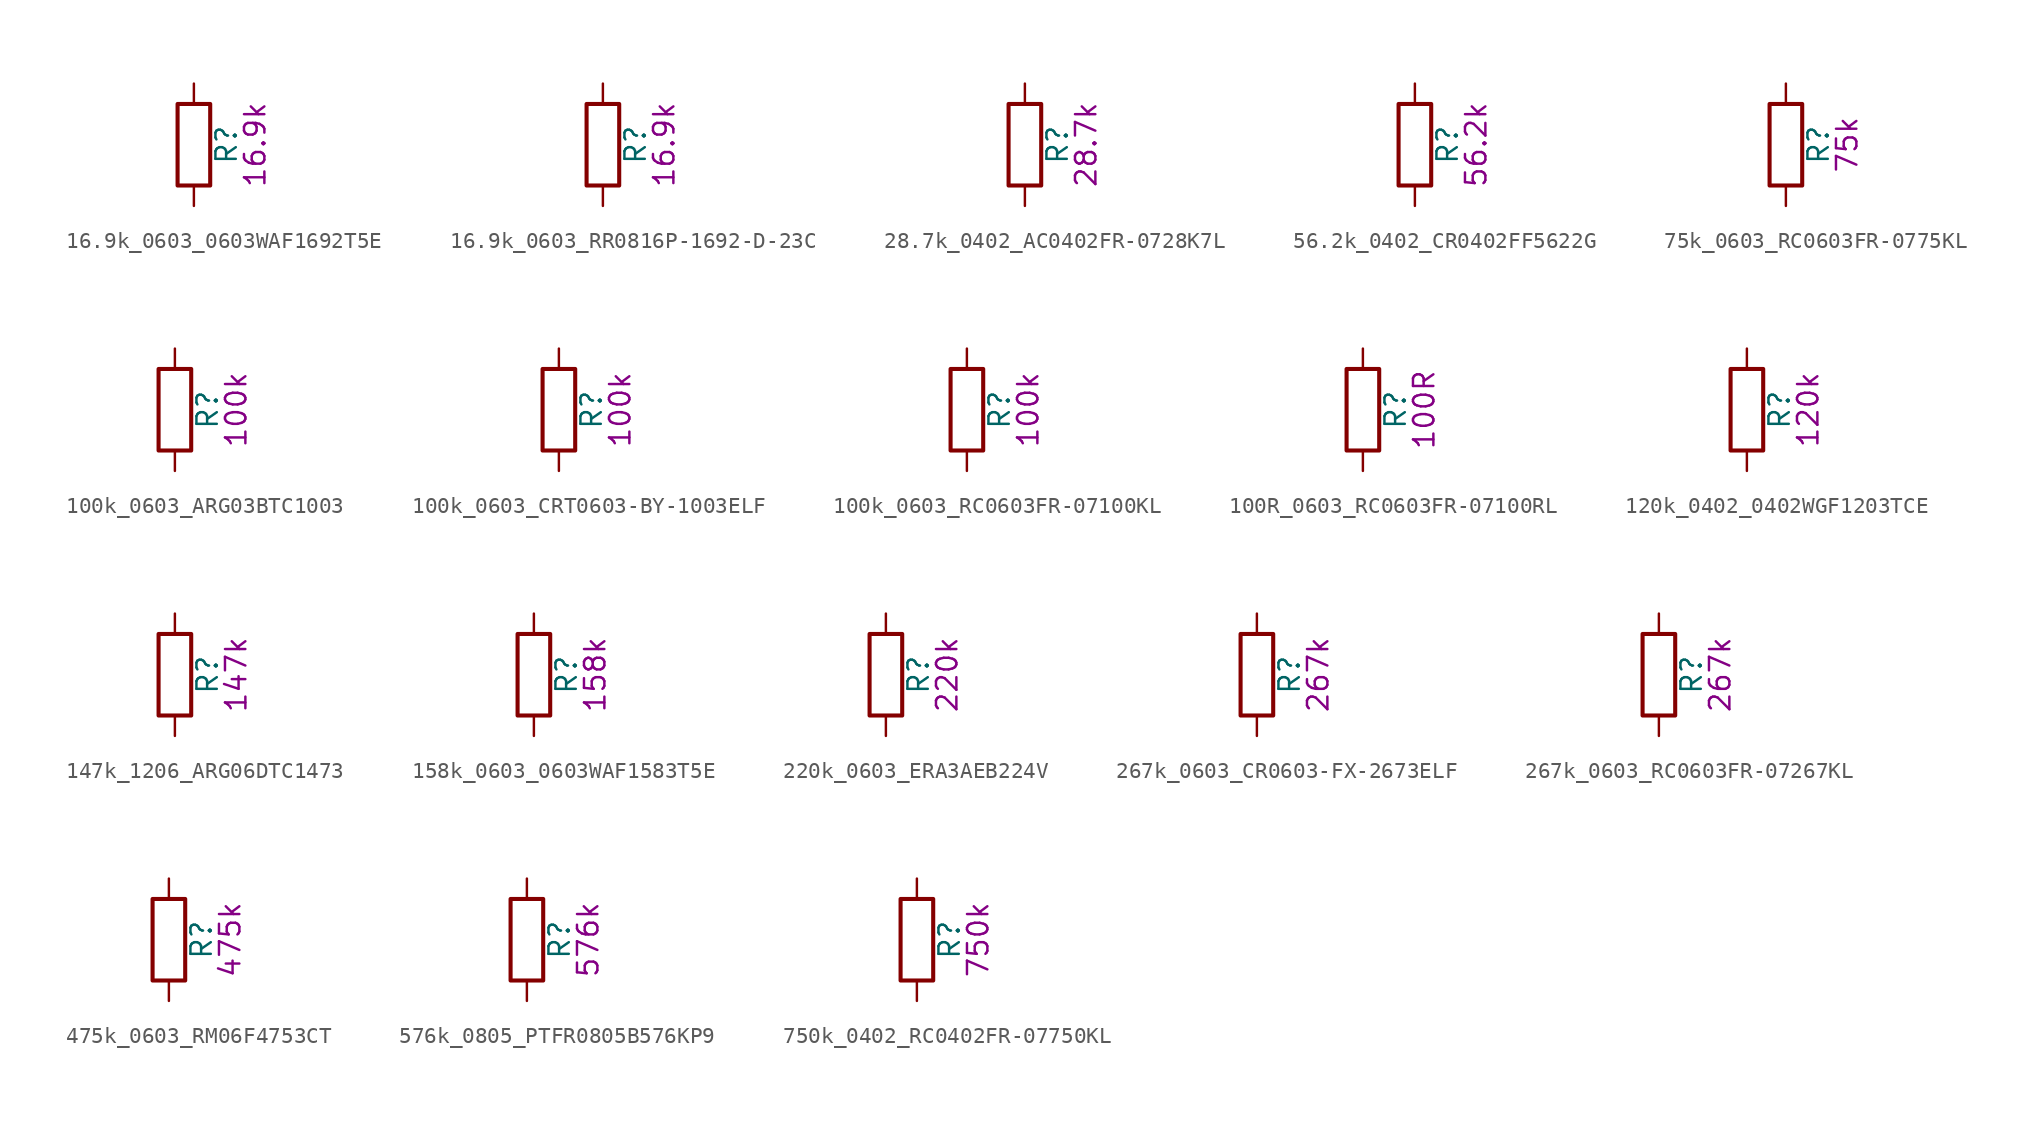
<source format=kicad_sym>
(kicad_symbol_lib
  (version 20231120)
  (generator "kicad_symbol_editor")
  (generator_version "8.0")
  (symbol "16.9k_0603_0603WAF1692T5E"
    (pin_numbers hide)
    (pin_names
      (offset 0))
    (property "Reference" "R"
      (at 2.032 0 90)
      (effects (font (size 1.27 1.27))))
    (property "UserValue" "16.9k"
      (at 3.81 0 90)
      (effects (font (size 1.27 1.27))))
    (symbol "16.9k_0603_0603WAF1692T5E_0_1"
      (rectangle (start -1.016 -2.54) (end 1.016 2.54) (stroke (width 0.254) (type default)) (fill (type none))))
    (symbol "16.9k_0603_0603WAF1692T5E_1_1"
      (pin passive line (at 0 3.81 270) (length 1.27) (name "~" (effects (font (size 1.27 1.27)))) (number "1" (effects (font (size 1.27 1.27)))))
      (pin passive line (at 0 -3.81 90) (length 1.27) (name "~" (effects (font (size 1.27 1.27)))) (number "2" (effects (font (size 1.27 1.27)))))))
  (symbol "16.9k_0603_RR0816P-1692-D-23C"
    (pin_numbers hide)
    (pin_names
      (offset 0))
    (property "Reference" "R"
      (at 2.032 0 90)
      (effects (font (size 1.27 1.27))))
    (property "UserValue" "16.9k"
      (at 3.81 0 90)
      (effects (font (size 1.27 1.27))))
    (symbol "16.9k_0603_RR0816P-1692-D-23C_0_1"
      (rectangle (start -1.016 2.54) (end 1.016 -2.54) (stroke (width 0.254) (type default)) (fill (type none))))
    (symbol "16.9k_0603_RR0816P-1692-D-23C_1_1"
      (pin passive line (at 0 3.81 270) (length 1.27) (name "~" (effects (font (size 1.27 1.27)))) (number "1" (effects (font (size 1.27 1.27)))))
      (pin passive line (at 0 -3.81 90) (length 1.27) (name "~" (effects (font (size 1.27 1.27)))) (number "2" (effects (font (size 1.27 1.27)))))))
  (symbol "28.7k_0402_AC0402FR-0728K7L"
    (pin_numbers hide)
    (pin_names
      (offset 0))
    (property "Reference" "R"
      (at 2.032 0 90)
      (effects (font (size 1.27 1.27))))
    (property "UserValue" "28.7k"
      (at 3.81 0 90)
      (effects (font (size 1.27 1.27))))
    (symbol "28.7k_0402_AC0402FR-0728K7L_0_1"
      (rectangle (start -1.016 -2.54) (end 1.016 2.54) (stroke (width 0.254) (type default)) (fill (type none))))
    (symbol "28.7k_0402_AC0402FR-0728K7L_1_1"
      (pin passive line (at 0 3.81 270) (length 1.27) (name "~" (effects (font (size 1.27 1.27)))) (number "1" (effects (font (size 1.27 1.27)))))
      (pin passive line (at 0 -3.81 90) (length 1.27) (name "~" (effects (font (size 1.27 1.27)))) (number "2" (effects (font (size 1.27 1.27)))))))
  (symbol "56.2k_0402_CR0402FF5622G"
    (pin_numbers hide)
    (pin_names
      (offset 0))
    (property "Reference" "R"
      (at 2.032 0 90)
      (effects (font (size 1.27 1.27))))
    (property "UserValue" "56.2k"
      (at 3.81 0 90)
      (effects (font (size 1.27 1.27))))
    (symbol "56.2k_0402_CR0402FF5622G_0_1"
      (rectangle (start -1.016 -2.54) (end 1.016 2.54) (stroke (width 0.254) (type default)) (fill (type none))))
    (symbol "56.2k_0402_CR0402FF5622G_1_1"
      (pin passive line (at 0 3.81 270) (length 1.27) (name "~" (effects (font (size 1.27 1.27)))) (number "1" (effects (font (size 1.27 1.27)))))
      (pin passive line (at 0 -3.81 90) (length 1.27) (name "~" (effects (font (size 1.27 1.27)))) (number "2" (effects (font (size 1.27 1.27)))))))
  (symbol "75k_0603_RC0603FR-0775KL"
    (pin_numbers hide)
    (pin_names
      (offset 0))
    (property "Reference" "R"
      (at 2.032 0 90)
      (effects (font (size 1.27 1.27))))
    (property "UserValue" "75k"
      (at 3.81 0 90)
      (effects (font (size 1.27 1.27))))
    (symbol "75k_0603_RC0603FR-0775KL_0_1"
      (rectangle (start -1.016 -2.54) (end 1.016 2.54) (stroke (width 0.254) (type default)) (fill (type none))))
    (symbol "75k_0603_RC0603FR-0775KL_1_1"
      (pin passive line (at 0 3.81 270) (length 1.27) (name "~" (effects (font (size 1.27 1.27)))) (number "1" (effects (font (size 1.27 1.27)))))
      (pin passive line (at 0 -3.81 90) (length 1.27) (name "~" (effects (font (size 1.27 1.27)))) (number "2" (effects (font (size 1.27 1.27)))))))
  (symbol "100k_0603_ARG03BTC1003"
    (pin_numbers hide)
    (pin_names
      (offset 0))
    (property "Reference" "R"
      (at 2.032 0 90)
      (effects (font (size 1.27 1.27))))
    (property "UserValue" "100k"
      (at 3.81 0 90)
      (effects (font (size 1.27 1.27))))
    (symbol "100k_0603_ARG03BTC1003_0_1"
      (rectangle (start -1.016 -2.54) (end 1.016 2.54) (stroke (width 0.254) (type default)) (fill (type none))))
    (symbol "100k_0603_ARG03BTC1003_1_1"
      (pin passive line (at 0 3.81 270) (length 1.27) (name "~" (effects (font (size 1.27 1.27)))) (number "1" (effects (font (size 1.27 1.27)))))
      (pin passive line (at 0 -3.81 90) (length 1.27) (name "~" (effects (font (size 1.27 1.27)))) (number "2" (effects (font (size 1.27 1.27)))))))
  (symbol "100k_0603_CRT0603-BY-1003ELF"
    (pin_numbers hide)
    (pin_names
      (offset 0))
    (property "Reference" "R"
      (at 2.032 0 90)
      (effects (font (size 1.27 1.27))))
    (property "UserValue" "100k"
      (at 3.81 0 90)
      (effects (font (size 1.27 1.27))))
    (symbol "100k_0603_CRT0603-BY-1003ELF_0_1"
      (rectangle (start -1.016 -2.54) (end 1.016 2.54) (stroke (width 0.254) (type default)) (fill (type none))))
    (symbol "100k_0603_CRT0603-BY-1003ELF_1_1"
      (pin passive line (at 0 3.81 270) (length 1.27) (name "~" (effects (font (size 1.27 1.27)))) (number "1" (effects (font (size 1.27 1.27)))))
      (pin passive line (at 0 -3.81 90) (length 1.27) (name "~" (effects (font (size 1.27 1.27)))) (number "2" (effects (font (size 1.27 1.27)))))))
  (symbol "100k_0603_RC0603FR-07100KL"
    (pin_numbers hide)
    (pin_names
      (offset 0))
    (property "Reference" "R"
      (at 2.032 0 90)
      (effects (font (size 1.27 1.27))))
    (property "UserValue" "100k"
      (at 3.81 0 90)
      (effects (font (size 1.27 1.27))))
    (symbol "100k_0603_RC0603FR-07100KL_0_1"
      (rectangle (start -1.016 -2.54) (end 1.016 2.54) (stroke (width 0.254) (type default)) (fill (type none))))
    (symbol "100k_0603_RC0603FR-07100KL_1_1"
      (pin passive line (at 0 3.81 270) (length 1.27) (name "~" (effects (font (size 1.27 1.27)))) (number "1" (effects (font (size 1.27 1.27)))))
      (pin passive line (at 0 -3.81 90) (length 1.27) (name "~" (effects (font (size 1.27 1.27)))) (number "2" (effects (font (size 1.27 1.27)))))))
  (symbol "100R_0603_RC0603FR-07100RL"
    (pin_numbers hide)
    (pin_names
      (offset 0))
    (property "Reference" "R"
      (at 2.032 0 90)
      (effects (font (size 1.27 1.27))))
    (property "UserValue" "100R"
      (at 3.81 0 90)
      (effects (font (size 1.27 1.27))))
    (symbol "100R_0603_RC0603FR-07100RL_0_1"
      (rectangle (start -1.016 -2.54) (end 1.016 2.54) (stroke (width 0.254) (type default)) (fill (type none))))
    (symbol "100R_0603_RC0603FR-07100RL_1_1"
      (pin passive line (at 0 3.81 270) (length 1.27) (name "~" (effects (font (size 1.27 1.27)))) (number "1" (effects (font (size 1.27 1.27)))))
      (pin passive line (at 0 -3.81 90) (length 1.27) (name "~" (effects (font (size 1.27 1.27)))) (number "2" (effects (font (size 1.27 1.27)))))))
  (symbol "120k_0402_0402WGF1203TCE"
    (pin_numbers hide)
    (pin_names
      (offset 0))
    (property "Reference" "R"
      (at 2.032 0 90)
      (effects (font (size 1.27 1.27))))
    (property "UserValue" "120k"
      (at 3.81 0 90)
      (effects (font (size 1.27 1.27))))
    (symbol "120k_0402_0402WGF1203TCE_0_1"
      (rectangle (start -1.016 -2.54) (end 1.016 2.54) (stroke (width 0.254) (type default)) (fill (type none))))
    (symbol "120k_0402_0402WGF1203TCE_1_1"
      (pin passive line (at 0 3.81 270) (length 1.27) (name "~" (effects (font (size 1.27 1.27)))) (number "1" (effects (font (size 1.27 1.27)))))
      (pin passive line (at 0 -3.81 90) (length 1.27) (name "~" (effects (font (size 1.27 1.27)))) (number "2" (effects (font (size 1.27 1.27)))))))
  (symbol "147k_1206_ARG06DTC1473"
    (pin_numbers hide)
    (pin_names
      (offset 0))
    (property "Reference" "R"
      (at 2.032 0 90)
      (effects (font (size 1.27 1.27))))
    (property "UserValue" "147k"
      (at 3.81 0 90)
      (effects (font (size 1.27 1.27))))
    (symbol "147k_1206_ARG06DTC1473_0_1"
      (rectangle (start -1.016 -2.54) (end 1.016 2.54) (stroke (width 0.254) (type default)) (fill (type none))))
    (symbol "147k_1206_ARG06DTC1473_1_1"
      (pin passive line (at 0 3.81 270) (length 1.27) (name "~" (effects (font (size 1.27 1.27)))) (number "1" (effects (font (size 1.27 1.27)))))
      (pin passive line (at 0 -3.81 90) (length 1.27) (name "~" (effects (font (size 1.27 1.27)))) (number "2" (effects (font (size 1.27 1.27)))))))
  (symbol "158k_0603_0603WAF1583T5E"
    (pin_numbers hide)
    (pin_names
      (offset 0))
    (property "Reference" "R"
      (at 2.032 0 90)
      (effects (font (size 1.27 1.27))))
    (property "UserValue" "158k"
      (at 3.81 0 90)
      (effects (font (size 1.27 1.27))))
    (symbol "158k_0603_0603WAF1583T5E_0_1"
      (rectangle (start -1.016 -2.54) (end 1.016 2.54) (stroke (width 0.254) (type default)) (fill (type none))))
    (symbol "158k_0603_0603WAF1583T5E_1_1"
      (pin passive line (at 0 3.81 270) (length 1.27) (name "~" (effects (font (size 1.27 1.27)))) (number "1" (effects (font (size 1.27 1.27)))))
      (pin passive line (at 0 -3.81 90) (length 1.27) (name "~" (effects (font (size 1.27 1.27)))) (number "2" (effects (font (size 1.27 1.27)))))))
  (symbol "220k_0603_ERA3AEB224V"
    (pin_numbers hide)
    (pin_names
      (offset 0))
    (property "Reference" "R"
      (at 2.032 0 90)
      (effects (font (size 1.27 1.27))))
    (property "UserValue" "220k"
      (at 3.81 0 90)
      (effects (font (size 1.27 1.27))))
    (symbol "220k_0603_ERA3AEB224V_0_1"
      (rectangle (start -1.016 -2.54) (end 1.016 2.54) (stroke (width 0.254) (type default)) (fill (type none))))
    (symbol "220k_0603_ERA3AEB224V_1_1"
      (pin passive line (at 0 3.81 270) (length 1.27) (name "~" (effects (font (size 1.27 1.27)))) (number "1" (effects (font (size 1.27 1.27)))))
      (pin passive line (at 0 -3.81 90) (length 1.27) (name "~" (effects (font (size 1.27 1.27)))) (number "2" (effects (font (size 1.27 1.27)))))))
  (symbol "267k_0603_CR0603-FX-2673ELF"
    (pin_numbers hide)
    (pin_names
      (offset 0))
    (property "Reference" "R"
      (at 2.032 0 90)
      (effects (font (size 1.27 1.27))))
    (property "UserValue" "267k"
      (at 3.81 0 90)
      (effects (font (size 1.27 1.27))))
    (symbol "267k_0603_CR0603-FX-2673ELF_0_1"
      (rectangle (start -1.016 -2.54) (end 1.016 2.54) (stroke (width 0.254) (type default)) (fill (type none))))
    (symbol "267k_0603_CR0603-FX-2673ELF_1_1"
      (pin passive line (at 0 3.81 270) (length 1.27) (name "~" (effects (font (size 1.27 1.27)))) (number "1" (effects (font (size 1.27 1.27)))))
      (pin passive line (at 0 -3.81 90) (length 1.27) (name "~" (effects (font (size 1.27 1.27)))) (number "2" (effects (font (size 1.27 1.27)))))))
  (symbol "267k_0603_RC0603FR-07267KL"
    (pin_numbers hide)
    (pin_names
      (offset 0))
    (property "Reference" "R"
      (at 2.032 0 90)
      (effects (font (size 1.27 1.27))))
    (property "UserValue" "267k"
      (at 3.81 0 90)
      (effects (font (size 1.27 1.27))))
    (symbol "267k_0603_RC0603FR-07267KL_0_1"
      (rectangle (start -1.016 -2.54) (end 1.016 2.54) (stroke (width 0.254) (type default)) (fill (type none))))
    (symbol "267k_0603_RC0603FR-07267KL_1_1"
      (pin passive line (at 0 3.81 270) (length 1.27) (name "~" (effects (font (size 1.27 1.27)))) (number "1" (effects (font (size 1.27 1.27)))))
      (pin passive line (at 0 -3.81 90) (length 1.27) (name "~" (effects (font (size 1.27 1.27)))) (number "2" (effects (font (size 1.27 1.27)))))))
  (symbol "475k_0603_RM06F4753CT"
    (pin_numbers hide)
    (pin_names
      (offset 0))
    (property "Reference" "R"
      (at 2.032 0 90)
      (effects (font (size 1.27 1.27))))
    (property "UserValue" "475k"
      (at 3.81 0 90)
      (effects (font (size 1.27 1.27))))
    (symbol "475k_0603_RM06F4753CT_0_1"
      (rectangle (start -1.016 -2.54) (end 1.016 2.54) (stroke (width 0.254) (type default)) (fill (type none))))
    (symbol "475k_0603_RM06F4753CT_1_1"
      (pin passive line (at 0 3.81 270) (length 1.27) (name "~" (effects (font (size 1.27 1.27)))) (number "1" (effects (font (size 1.27 1.27)))))
      (pin passive line (at 0 -3.81 90) (length 1.27) (name "~" (effects (font (size 1.27 1.27)))) (number "2" (effects (font (size 1.27 1.27)))))))
  (symbol "576k_0805_PTFR0805B576KP9"
    (pin_numbers hide)
    (pin_names
      (offset 0))
    (property "Reference" "R"
      (at 2.032 0 90)
      (effects (font (size 1.27 1.27))))
    (property "UserValue" "576k"
      (at 3.81 0 90)
      (effects (font (size 1.27 1.27))))
    (symbol "576k_0805_PTFR0805B576KP9_0_1"
      (rectangle (start -1.016 -2.54) (end 1.016 2.54) (stroke (width 0.254) (type default)) (fill (type none))))
    (symbol "576k_0805_PTFR0805B576KP9_1_1"
      (pin passive line (at 0 3.81 270) (length 1.27) (name "~" (effects (font (size 1.27 1.27)))) (number "1" (effects (font (size 1.27 1.27)))))
      (pin passive line (at 0 -3.81 90) (length 1.27) (name "~" (effects (font (size 1.27 1.27)))) (number "2" (effects (font (size 1.27 1.27)))))))
  (symbol "750k_0402_RC0402FR-07750KL"
    (pin_numbers hide)
    (pin_names
      (offset 0))
    (property "Reference" "R"
      (at 2.032 0 90)
      (effects (font (size 1.27 1.27))))
    (property "UserValue" "750k"
      (at 3.81 0 90)
      (effects (font (size 1.27 1.27))))
    (symbol "750k_0402_RC0402FR-07750KL_0_1"
      (rectangle (start -1.016 -2.54) (end 1.016 2.54) (stroke (width 0.254) (type default)) (fill (type none))))
    (symbol "750k_0402_RC0402FR-07750KL_1_1"
      (pin passive line (at 0 3.81 270) (length 1.27) (name "~" (effects (font (size 1.27 1.27)))) (number "1" (effects (font (size 1.27 1.27)))))
      (pin passive line (at 0 -3.81 90) (length 1.27) (name "~" (effects (font (size 1.27 1.27)))) (number "2" (effects (font (size 1.27 1.27))))))))
</source>
